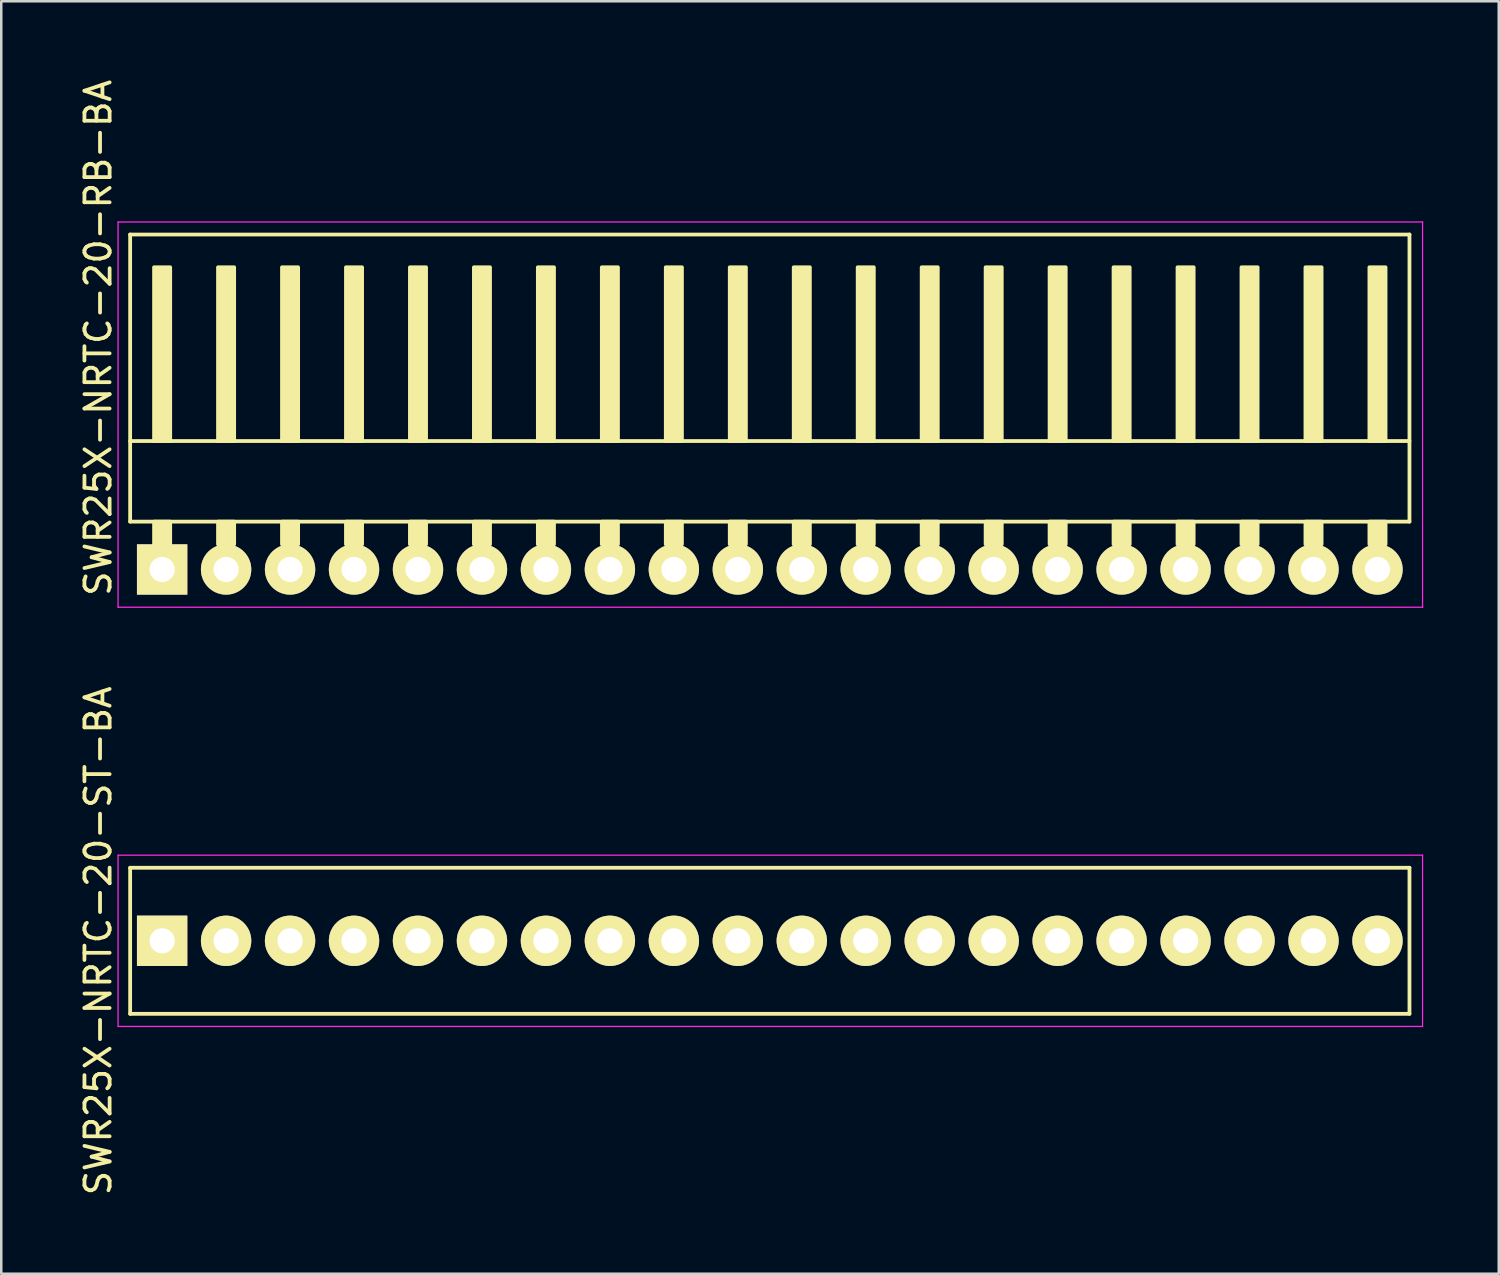
<source format=kicad_pcb>
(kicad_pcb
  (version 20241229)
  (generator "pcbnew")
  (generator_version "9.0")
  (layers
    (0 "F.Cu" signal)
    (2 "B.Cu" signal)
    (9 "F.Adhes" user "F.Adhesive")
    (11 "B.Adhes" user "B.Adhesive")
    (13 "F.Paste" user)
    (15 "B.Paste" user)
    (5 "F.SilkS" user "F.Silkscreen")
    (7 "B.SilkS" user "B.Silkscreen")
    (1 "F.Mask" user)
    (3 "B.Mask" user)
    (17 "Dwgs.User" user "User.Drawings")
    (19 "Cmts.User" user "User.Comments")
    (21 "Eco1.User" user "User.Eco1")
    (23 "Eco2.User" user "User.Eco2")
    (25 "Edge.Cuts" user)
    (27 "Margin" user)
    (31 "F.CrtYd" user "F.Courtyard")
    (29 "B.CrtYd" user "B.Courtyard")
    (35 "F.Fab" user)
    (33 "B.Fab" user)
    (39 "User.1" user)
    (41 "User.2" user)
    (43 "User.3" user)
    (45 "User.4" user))
  (footprint "SWR25X-NRTC-20-RB-BA"
    (layer "F.Cu")
    (at 3.388 19.563)
    (property "Reference" "SWR25X-NRTC-20-RB-BA" (at -2.54 -9.2 270) (layer "F.SilkS") (effects (font (size 1 1) (thickness 0.15))))
    (attr through_hole)
    (fp_line (start -1.27 -13.3) (end -1.27 -1.9) (stroke (width 0.15) (type solid)) (layer "F.SilkS"))
    (fp_line (start -1.27 -13.3) (end 49.53 -13.3) (stroke (width 0.15) (type solid)) (layer "F.SilkS"))
    (fp_line (start -1.27 -5.1) (end 49.53 -5.1) (stroke (width 0.15) (type solid)) (layer "F.SilkS"))
    (fp_line (start -1.27 -1.9) (end 49.53 -1.9) (stroke (width 0.15) (type solid)) (layer "F.SilkS"))
    (fp_line (start 49.53 -13.3) (end 49.53 -1.9) (stroke (width 0.15) (type solid)) (layer "F.SilkS"))
    (fp_poly (pts (xy 0.32 -5.1) (xy -0.32 -5.1) (xy -0.32 -12) (xy 0.32 -12)) (stroke (width 0.15) (type solid)) (fill yes) (layer "F.SilkS"))
    (fp_poly (pts (xy 0.32 -1.9) (xy -0.32 -1.9) (xy -0.32 -1) (xy 0.32 -1)) (stroke (width 0.15) (type solid)) (fill yes) (layer "F.SilkS"))
    (fp_poly (pts (xy 2.86 -5.1) (xy 2.22 -5.1) (xy 2.22 -12) (xy 2.86 -12)) (stroke (width 0.15) (type solid)) (fill yes) (layer "F.SilkS"))
    (fp_poly (pts (xy 2.86 -1.9) (xy 2.22 -1.9) (xy 2.22 -1) (xy 2.86 -1)) (stroke (width 0.15) (type solid)) (fill yes) (layer "F.SilkS"))
    (fp_poly (pts (xy 5.4 -5.1) (xy 4.76 -5.1) (xy 4.76 -12) (xy 5.4 -12)) (stroke (width 0.15) (type solid)) (fill yes) (layer "F.SilkS"))
    (fp_poly (pts (xy 5.4 -1.9) (xy 4.76 -1.9) (xy 4.76 -1) (xy 5.4 -1)) (stroke (width 0.15) (type solid)) (fill yes) (layer "F.SilkS"))
    (fp_poly (pts (xy 7.94 -5.1) (xy 7.3 -5.1) (xy 7.3 -12) (xy 7.94 -12)) (stroke (width 0.15) (type solid)) (fill yes) (layer "F.SilkS"))
    (fp_poly (pts (xy 7.94 -1.9) (xy 7.3 -1.9) (xy 7.3 -1) (xy 7.94 -1)) (stroke (width 0.15) (type solid)) (fill yes) (layer "F.SilkS"))
    (fp_poly (pts (xy 10.48 -5.1) (xy 9.84 -5.1) (xy 9.84 -12) (xy 10.48 -12)) (stroke (width 0.15) (type solid)) (fill yes) (layer "F.SilkS"))
    (fp_poly (pts (xy 10.48 -1.9) (xy 9.84 -1.9) (xy 9.84 -1) (xy 10.48 -1)) (stroke (width 0.15) (type solid)) (fill yes) (layer "F.SilkS"))
    (fp_poly (pts (xy 13.02 -5.1) (xy 12.38 -5.1) (xy 12.38 -12) (xy 13.02 -12)) (stroke (width 0.15) (type solid)) (fill yes) (layer "F.SilkS"))
    (fp_poly (pts (xy 13.02 -1.9) (xy 12.38 -1.9) (xy 12.38 -1) (xy 13.02 -1)) (stroke (width 0.15) (type solid)) (fill yes) (layer "F.SilkS"))
    (fp_poly (pts (xy 15.56 -5.1) (xy 14.92 -5.1) (xy 14.92 -12) (xy 15.56 -12)) (stroke (width 0.15) (type solid)) (fill yes) (layer "F.SilkS"))
    (fp_poly (pts (xy 15.56 -1.9) (xy 14.92 -1.9) (xy 14.92 -1) (xy 15.56 -1)) (stroke (width 0.15) (type solid)) (fill yes) (layer "F.SilkS"))
    (fp_poly (pts (xy 18.1 -5.1) (xy 17.46 -5.1) (xy 17.46 -12) (xy 18.1 -12)) (stroke (width 0.15) (type solid)) (fill yes) (layer "F.SilkS"))
    (fp_poly (pts (xy 18.1 -1.9) (xy 17.46 -1.9) (xy 17.46 -1) (xy 18.1 -1)) (stroke (width 0.15) (type solid)) (fill yes) (layer "F.SilkS"))
    (fp_poly (pts (xy 20.64 -5.1) (xy 20 -5.1) (xy 20 -12) (xy 20.64 -12)) (stroke (width 0.15) (type solid)) (fill yes) (layer "F.SilkS"))
    (fp_poly (pts (xy 20.64 -1.9) (xy 20 -1.9) (xy 20 -1) (xy 20.64 -1)) (stroke (width 0.15) (type solid)) (fill yes) (layer "F.SilkS"))
    (fp_poly (pts (xy 23.18 -5.1) (xy 22.54 -5.1) (xy 22.54 -12) (xy 23.18 -12)) (stroke (width 0.15) (type solid)) (fill yes) (layer "F.SilkS"))
    (fp_poly (pts (xy 23.18 -1.9) (xy 22.54 -1.9) (xy 22.54 -1) (xy 23.18 -1)) (stroke (width 0.15) (type solid)) (fill yes) (layer "F.SilkS"))
    (fp_poly (pts (xy 25.72 -5.1) (xy 25.08 -5.1) (xy 25.08 -12) (xy 25.72 -12)) (stroke (width 0.15) (type solid)) (fill yes) (layer "F.SilkS"))
    (fp_poly (pts (xy 25.72 -1.9) (xy 25.08 -1.9) (xy 25.08 -1) (xy 25.72 -1)) (stroke (width 0.15) (type solid)) (fill yes) (layer "F.SilkS"))
    (fp_poly (pts (xy 28.26 -5.1) (xy 27.62 -5.1) (xy 27.62 -12) (xy 28.26 -12)) (stroke (width 0.15) (type solid)) (fill yes) (layer "F.SilkS"))
    (fp_poly (pts (xy 28.26 -1.9) (xy 27.62 -1.9) (xy 27.62 -1) (xy 28.26 -1)) (stroke (width 0.15) (type solid)) (fill yes) (layer "F.SilkS"))
    (fp_poly (pts (xy 30.8 -5.1) (xy 30.16 -5.1) (xy 30.16 -12) (xy 30.8 -12)) (stroke (width 0.15) (type solid)) (fill yes) (layer "F.SilkS"))
    (fp_poly (pts (xy 30.8 -1.9) (xy 30.16 -1.9) (xy 30.16 -1) (xy 30.8 -1)) (stroke (width 0.15) (type solid)) (fill yes) (layer "F.SilkS"))
    (fp_poly (pts (xy 33.34 -5.1) (xy 32.7 -5.1) (xy 32.7 -12) (xy 33.34 -12)) (stroke (width 0.15) (type solid)) (fill yes) (layer "F.SilkS"))
    (fp_poly (pts (xy 33.34 -1.9) (xy 32.7 -1.9) (xy 32.7 -1) (xy 33.34 -1)) (stroke (width 0.15) (type solid)) (fill yes) (layer "F.SilkS"))
    (fp_poly (pts (xy 35.88 -5.1) (xy 35.24 -5.1) (xy 35.24 -12) (xy 35.88 -12)) (stroke (width 0.15) (type solid)) (fill yes) (layer "F.SilkS"))
    (fp_poly (pts (xy 35.88 -1.9) (xy 35.24 -1.9) (xy 35.24 -1) (xy 35.88 -1)) (stroke (width 0.15) (type solid)) (fill yes) (layer "F.SilkS"))
    (fp_poly (pts (xy 38.42 -5.1) (xy 37.78 -5.1) (xy 37.78 -12) (xy 38.42 -12)) (stroke (width 0.15) (type solid)) (fill yes) (layer "F.SilkS"))
    (fp_poly (pts (xy 38.42 -1.9) (xy 37.78 -1.9) (xy 37.78 -1) (xy 38.42 -1)) (stroke (width 0.15) (type solid)) (fill yes) (layer "F.SilkS"))
    (fp_poly (pts (xy 40.96 -5.1) (xy 40.32 -5.1) (xy 40.32 -12) (xy 40.96 -12)) (stroke (width 0.15) (type solid)) (fill yes) (layer "F.SilkS"))
    (fp_poly (pts (xy 40.96 -1.9) (xy 40.32 -1.9) (xy 40.32 -1) (xy 40.96 -1)) (stroke (width 0.15) (type solid)) (fill yes) (layer "F.SilkS"))
    (fp_poly (pts (xy 43.5 -5.1) (xy 42.86 -5.1) (xy 42.86 -12) (xy 43.5 -12)) (stroke (width 0.15) (type solid)) (fill yes) (layer "F.SilkS"))
    (fp_poly (pts (xy 43.5 -1.9) (xy 42.86 -1.9) (xy 42.86 -1) (xy 43.5 -1)) (stroke (width 0.15) (type solid)) (fill yes) (layer "F.SilkS"))
    (fp_poly (pts (xy 46.04 -5.1) (xy 45.4 -5.1) (xy 45.4 -12) (xy 46.04 -12)) (stroke (width 0.15) (type solid)) (fill yes) (layer "F.SilkS"))
    (fp_poly (pts (xy 46.04 -1.9) (xy 45.4 -1.9) (xy 45.4 -1) (xy 46.04 -1)) (stroke (width 0.15) (type solid)) (fill yes) (layer "F.SilkS"))
    (fp_poly (pts (xy 48.58 -5.1) (xy 47.94 -5.1) (xy 47.94 -12) (xy 48.58 -12)) (stroke (width 0.15) (type solid)) (fill yes) (layer "F.SilkS"))
    (fp_poly (pts (xy 48.58 -1.9) (xy 47.94 -1.9) (xy 47.94 -1) (xy 48.58 -1)) (stroke (width 0.15) (type solid)) (fill yes) (layer "F.SilkS"))
    (fp_line (start -1.75 -13.8) (end -1.75 1.5) (stroke (width 0.05) (type solid)) (layer "F.CrtYd"))
    (fp_line (start -1.75 -13.8) (end 50.05 -13.8) (stroke (width 0.05) (type solid)) (layer "F.CrtYd"))
    (fp_line (start -1.75 1.5) (end 50.05 1.5) (stroke (width 0.05) (type solid)) (layer "F.CrtYd"))
    (fp_line (start 50.05 -13.8) (end 50.05 1.5) (stroke (width 0.05) (type solid)) (layer "F.CrtYd"))
    (pad "1" thru_hole rect (at 0 0) (size 2 2) (drill 1) (layers "*.Cu" "*.Mask" "F.SilkS"))
    (pad "2" thru_hole circle (at 2.54 0) (size 2 2) (drill 1) (layers "*.Cu" "*.Mask" "F.SilkS"))
    (pad "3" thru_hole circle (at 5.08 0) (size 2 2) (drill 1) (layers "*.Cu" "*.Mask" "F.SilkS"))
    (pad "4" thru_hole circle (at 7.62 0) (size 2 2) (drill 1) (layers "*.Cu" "*.Mask" "F.SilkS"))
    (pad "5" thru_hole circle (at 10.16 0) (size 2 2) (drill 1) (layers "*.Cu" "*.Mask" "F.SilkS"))
    (pad "6" thru_hole circle (at 12.7 0) (size 2 2) (drill 1) (layers "*.Cu" "*.Mask" "F.SilkS"))
    (pad "7" thru_hole circle (at 15.24 0) (size 2 2) (drill 1) (layers "*.Cu" "*.Mask" "F.SilkS"))
    (pad "8" thru_hole circle (at 17.78 0) (size 2 2) (drill 1) (layers "*.Cu" "*.Mask" "F.SilkS"))
    (pad "9" thru_hole circle (at 20.32 0) (size 2 2) (drill 1) (layers "*.Cu" "*.Mask" "F.SilkS"))
    (pad "10" thru_hole circle (at 22.86 0) (size 2 2) (drill 1) (layers "*.Cu" "*.Mask" "F.SilkS"))
    (pad "11" thru_hole circle (at 25.4 0) (size 2 2) (drill 1) (layers "*.Cu" "*.Mask" "F.SilkS"))
    (pad "12" thru_hole circle (at 27.94 0) (size 2 2) (drill 1) (layers "*.Cu" "*.Mask" "F.SilkS"))
    (pad "13" thru_hole circle (at 30.48 0) (size 2 2) (drill 1) (layers "*.Cu" "*.Mask" "F.SilkS"))
    (pad "14" thru_hole circle (at 33.02 0) (size 2 2) (drill 1) (layers "*.Cu" "*.Mask" "F.SilkS"))
    (pad "15" thru_hole circle (at 35.56 0) (size 2 2) (drill 1) (layers "*.Cu" "*.Mask" "F.SilkS"))
    (pad "16" thru_hole circle (at 38.1 0) (size 2 2) (drill 1) (layers "*.Cu" "*.Mask" "F.SilkS"))
    (pad "17" thru_hole circle (at 40.64 0) (size 2 2) (drill 1) (layers "*.Cu" "*.Mask" "F.SilkS"))
    (pad "18" thru_hole circle (at 43.18 0) (size 2 2) (drill 1) (layers "*.Cu" "*.Mask" "F.SilkS"))
    (pad "19" thru_hole circle (at 45.72 0) (size 2 2) (drill 1) (layers "*.Cu" "*.Mask" "F.SilkS"))
    (pad "20" thru_hole circle (at 48.26 0) (size 2 2) (drill 1) (layers "*.Cu" "*.Mask" "F.SilkS")))
  (footprint "SWR25X-NRTC-20-ST-BA"
    (layer "F.Cu")
    (at 3.388 34.308)
    (property "Reference" "SWR25X-NRTC-20-ST-BA" (at -2.54 0 270) (layer "F.SilkS") (effects (font (size 1 1) (thickness 0.15))))
    (attr through_hole)
    (fp_line (start -1.27 -2.9) (end 49.53 -2.9) (stroke (width 0.15) (type solid)) (layer "F.SilkS"))
    (fp_line (start -1.27 2.9) (end -1.27 -2.9) (stroke (width 0.15) (type solid)) (layer "F.SilkS"))
    (fp_line (start -1.27 2.9) (end 49.53 2.9) (stroke (width 0.15) (type solid)) (layer "F.SilkS"))
    (fp_line (start 49.53 2.9) (end 49.53 -2.9) (stroke (width 0.15) (type solid)) (layer "F.SilkS"))
    (fp_line (start -1.75 -3.4) (end 50.05 -3.4) (stroke (width 0.05) (type solid)) (layer "F.CrtYd"))
    (fp_line (start -1.75 3.4) (end -1.75 -3.4) (stroke (width 0.05) (type solid)) (layer "F.CrtYd"))
    (fp_line (start -1.75 3.4) (end 50.05 3.4) (stroke (width 0.05) (type solid)) (layer "F.CrtYd"))
    (fp_line (start 50.05 3.4) (end 50.05 -3.4) (stroke (width 0.05) (type solid)) (layer "F.CrtYd"))
    (pad "1" thru_hole rect (at 0 0) (size 2 2) (drill 1) (layers "*.Cu" "*.Mask" "F.SilkS"))
    (pad "2" thru_hole circle (at 2.54 0) (size 2 2) (drill 1) (layers "*.Cu" "*.Mask" "F.SilkS"))
    (pad "3" thru_hole circle (at 5.08 0) (size 2 2) (drill 1) (layers "*.Cu" "*.Mask" "F.SilkS"))
    (pad "4" thru_hole circle (at 7.62 0) (size 2 2) (drill 1) (layers "*.Cu" "*.Mask" "F.SilkS"))
    (pad "5" thru_hole circle (at 10.16 0) (size 2 2) (drill 1) (layers "*.Cu" "*.Mask" "F.SilkS"))
    (pad "6" thru_hole circle (at 12.7 0) (size 2 2) (drill 1) (layers "*.Cu" "*.Mask" "F.SilkS"))
    (pad "7" thru_hole circle (at 15.24 0) (size 2 2) (drill 1) (layers "*.Cu" "*.Mask" "F.SilkS"))
    (pad "8" thru_hole circle (at 17.78 0) (size 2 2) (drill 1) (layers "*.Cu" "*.Mask" "F.SilkS"))
    (pad "9" thru_hole circle (at 20.32 0) (size 2 2) (drill 1) (layers "*.Cu" "*.Mask" "F.SilkS"))
    (pad "10" thru_hole circle (at 22.86 0) (size 2 2) (drill 1) (layers "*.Cu" "*.Mask" "F.SilkS"))
    (pad "11" thru_hole circle (at 25.4 0) (size 2 2) (drill 1) (layers "*.Cu" "*.Mask" "F.SilkS"))
    (pad "12" thru_hole circle (at 27.94 0) (size 2 2) (drill 1) (layers "*.Cu" "*.Mask" "F.SilkS"))
    (pad "13" thru_hole circle (at 30.48 0) (size 2 2) (drill 1) (layers "*.Cu" "*.Mask" "F.SilkS"))
    (pad "14" thru_hole circle (at 33.02 0) (size 2 2) (drill 1) (layers "*.Cu" "*.Mask" "F.SilkS"))
    (pad "15" thru_hole circle (at 35.56 0) (size 2 2) (drill 1) (layers "*.Cu" "*.Mask" "F.SilkS"))
    (pad "16" thru_hole circle (at 38.1 0) (size 2 2) (drill 1) (layers "*.Cu" "*.Mask" "F.SilkS"))
    (pad "17" thru_hole circle (at 40.64 0) (size 2 2) (drill 1) (layers "*.Cu" "*.Mask" "F.SilkS"))
    (pad "18" thru_hole circle (at 43.18 0) (size 2 2) (drill 1) (layers "*.Cu" "*.Mask" "F.SilkS"))
    (pad "19" thru_hole circle (at 45.72 0) (size 2 2) (drill 1) (layers "*.Cu" "*.Mask" "F.SilkS"))
    (pad "20" thru_hole circle (at 48.26 0) (size 2 2) (drill 1) (layers "*.Cu" "*.Mask" "F.SilkS")))
  (gr_rect
    (start -3 -3)
    (end 56.463 47.529)
    (stroke (width 0.1) (type default))
    (fill no)
    (layer "Edge.Cuts")))
</source>
